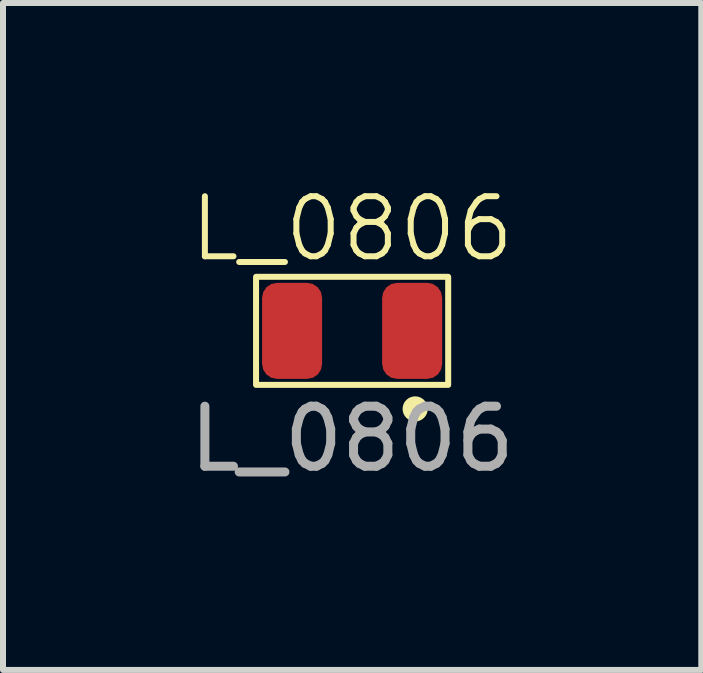
<source format=kicad_pcb>
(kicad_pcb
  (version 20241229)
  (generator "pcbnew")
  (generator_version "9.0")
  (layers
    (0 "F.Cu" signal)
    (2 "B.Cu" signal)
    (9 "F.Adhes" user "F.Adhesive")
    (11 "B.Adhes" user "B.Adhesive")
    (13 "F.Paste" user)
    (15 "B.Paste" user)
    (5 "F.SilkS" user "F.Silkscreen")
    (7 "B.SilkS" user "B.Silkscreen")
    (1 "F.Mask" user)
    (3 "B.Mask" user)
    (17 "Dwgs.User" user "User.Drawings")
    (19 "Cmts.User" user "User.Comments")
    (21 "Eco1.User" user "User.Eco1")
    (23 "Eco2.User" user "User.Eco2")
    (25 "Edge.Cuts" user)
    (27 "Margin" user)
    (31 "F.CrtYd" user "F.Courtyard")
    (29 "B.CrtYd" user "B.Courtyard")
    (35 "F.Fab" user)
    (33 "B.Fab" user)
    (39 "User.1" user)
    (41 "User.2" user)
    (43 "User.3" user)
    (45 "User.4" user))
  (footprint "L_0806"
    (layer "F.Cu")
    (at 2.815 2.461)
    (property "Reference" "L_0806" (at 0 -1.7 0) (unlocked yes) (layer "F.SilkS") (effects (font (size 1 1) (thickness 0.1))))
    (attr smd)
    (fp_rect (start -1.6 -0.9) (end 1.6 0.9) (stroke (width 0.1) (type default)) (fill no) (layer "F.SilkS"))
    (fp_circle (center 1.05 1.3) (end 1.174 1.4) (stroke (width 0.1) (type default)) (fill yes) (layer "F.SilkS"))
    (fp_text user "${REFERENCE}" (at 0 1.8 0) (unlocked yes) (layer "F.Fab") (effects (font (size 1 1) (thickness 0.15))))
    (pad "1" smd roundrect (at 1 0 180) (size 1 1.6) (layers "F.Cu" "F.Mask" "F.Paste") (roundrect_rratio 0.25))
    (pad "2" smd roundrect (at -1 0 180) (size 1 1.6) (layers "F.Cu" "F.Mask" "F.Paste") (roundrect_rratio 0.25)))
  (gr_rect
    (start -3 -3)
    (end 8.631 8.109)
    (stroke (width 0.1) (type default))
    (fill no)
    (layer "Edge.Cuts")))
</source>
